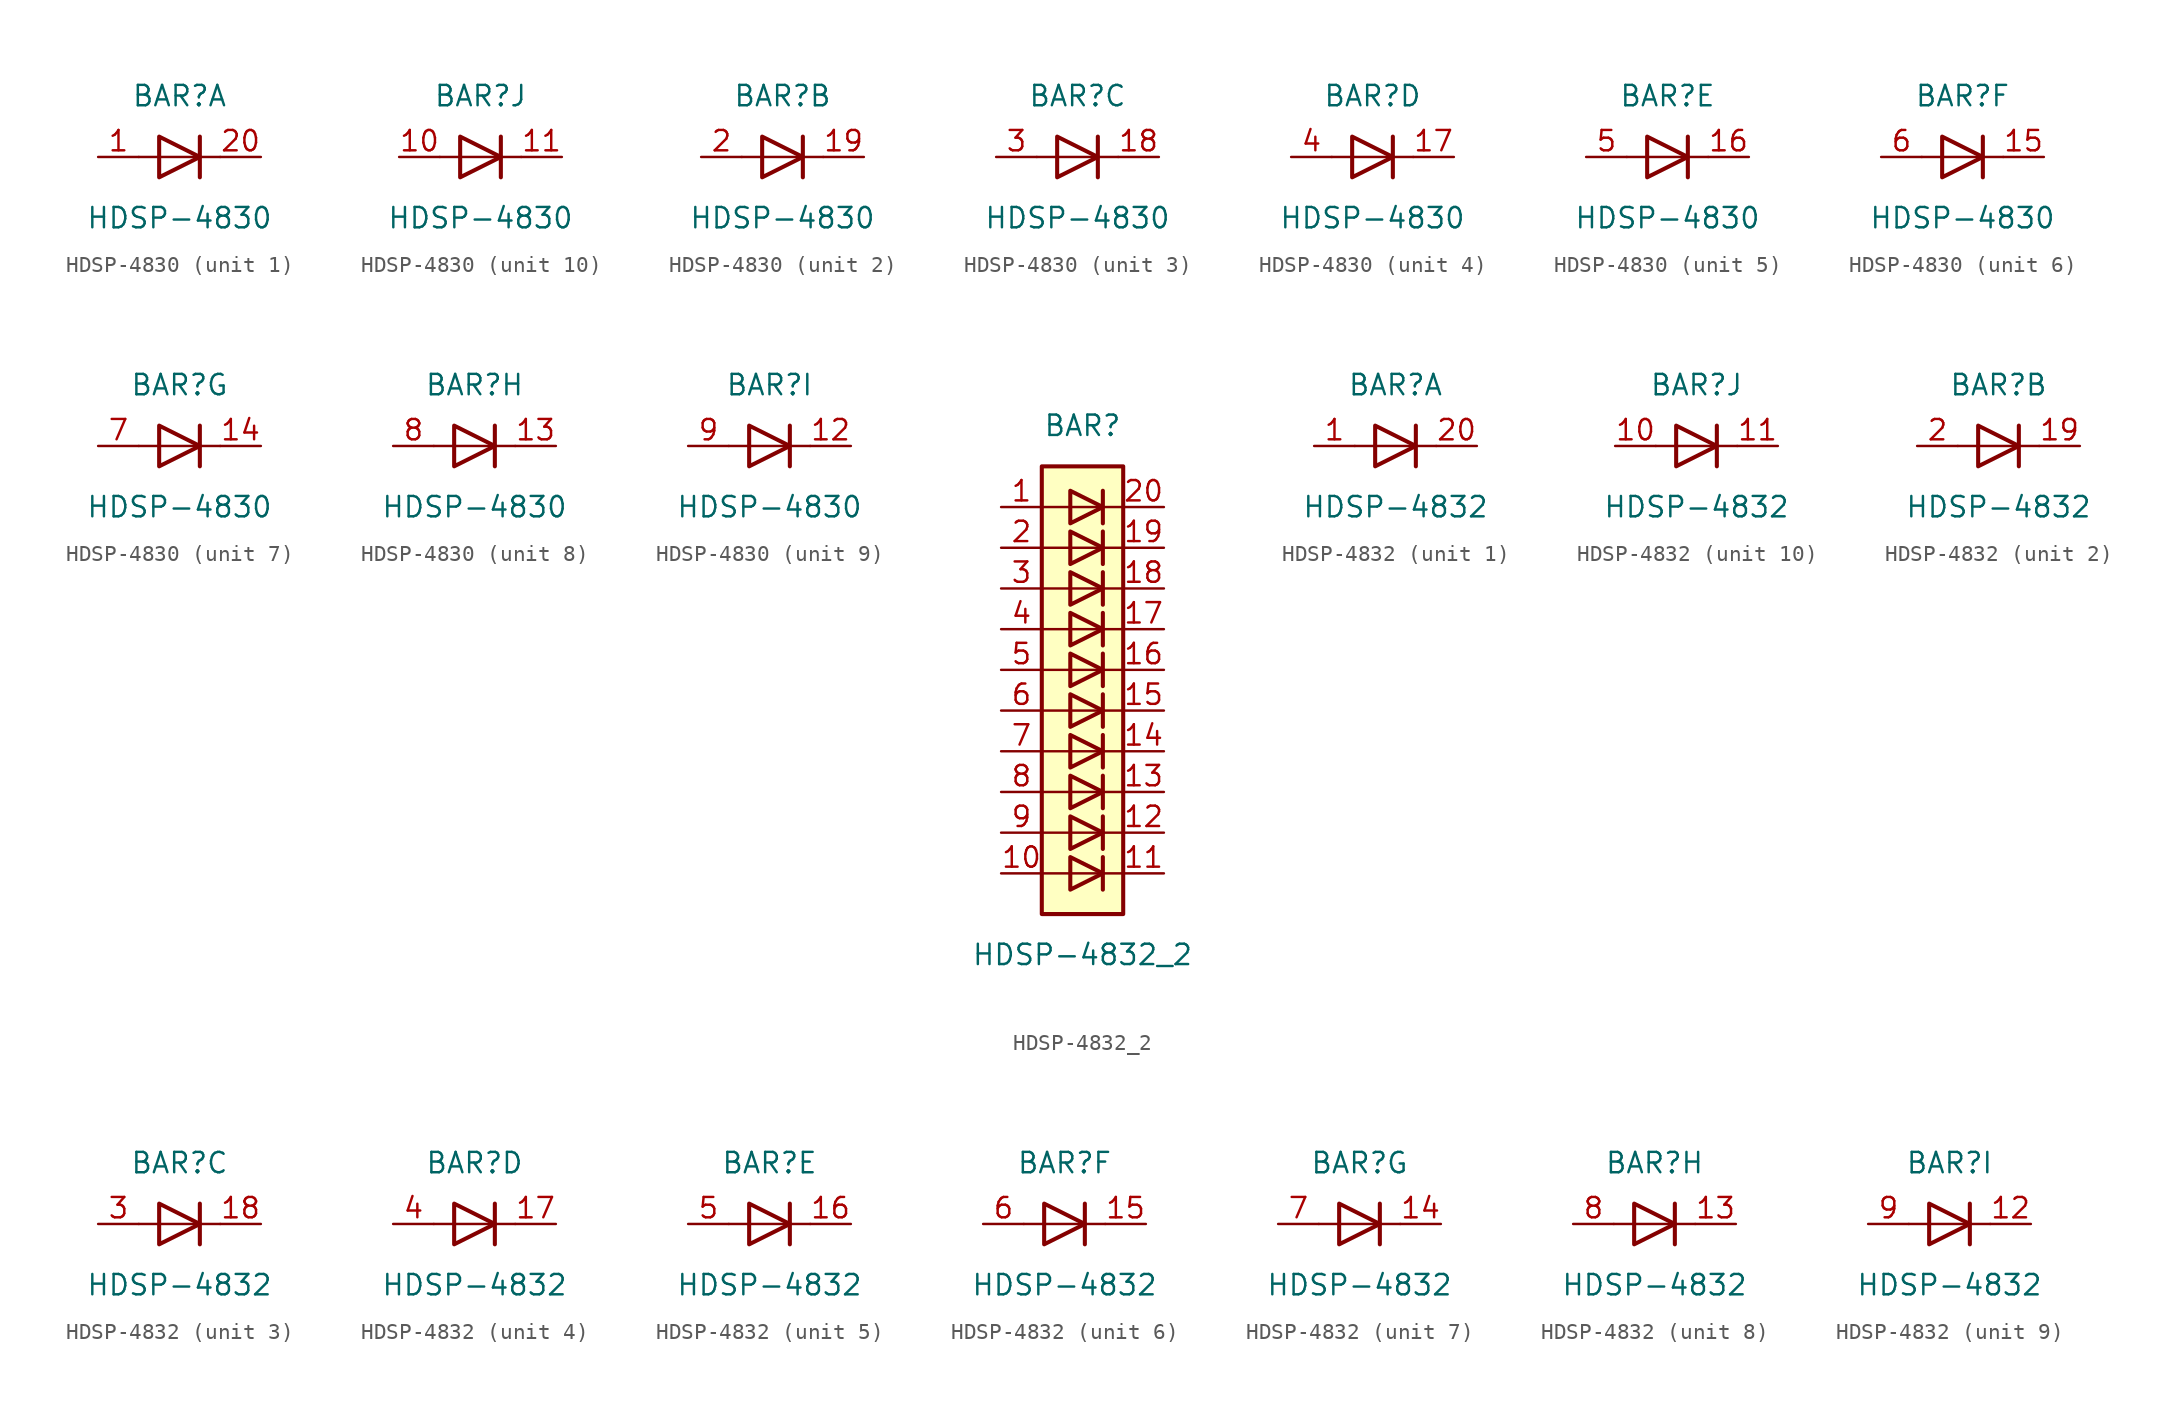
<source format=kicad_sym>
(kicad_symbol_lib
  (version 20220914)
  (generator kicad_symbol_editor)
  (symbol "HDSP-4830"
    (pin_names
      (offset 1.016) hide)
    (property "Reference" "BAR"
      (at 0 3.81 0)
      (effects (font (size 1.27 1.27))))
    (property "Value" "HDSP-4830"
      (at 0 -3.81 0)
      (effects (font (size 1.27 1.27))))
    (symbol "HDSP-4830_0_1"
      (polyline (pts (xy -2.54 0) (xy 2.54 0)) (stroke (width 0) (type solid)) (fill (type none)))
      (polyline (pts (xy 1.27 -1.27) (xy 1.27 1.27)) (stroke (width 0.254) (type solid)) (fill (type none)))
      (polyline (pts (xy -1.27 1.27) (xy -1.27 -1.27) (xy 1.27 0) (xy -1.27 1.27)) (stroke (width 0.254) (type solid)) (fill (type none))))
    (symbol "HDSP-4830_1_1"
      (pin passive line (at -5.08 0 0) (length 2.54) (name "A" (effects (font (size 1.27 1.27)))) (number "1" (effects (font (size 1.27 1.27)))))
      (pin passive line (at 5.08 0 180) (length 2.54) (name "K" (effects (font (size 1.27 1.27)))) (number "20" (effects (font (size 1.27 1.27))))))
    (symbol "HDSP-4830_2_1"
      (pin passive line (at 5.08 0 180) (length 2.54) (name "K" (effects (font (size 1.27 1.27)))) (number "19" (effects (font (size 1.27 1.27)))))
      (pin passive line (at -5.08 0 0) (length 2.54) (name "A" (effects (font (size 1.27 1.27)))) (number "2" (effects (font (size 1.27 1.27))))))
    (symbol "HDSP-4830_3_1"
      (pin passive line (at 5.08 0 180) (length 2.54) (name "K" (effects (font (size 1.27 1.27)))) (number "18" (effects (font (size 1.27 1.27)))))
      (pin passive line (at -5.08 0 0) (length 2.54) (name "A" (effects (font (size 1.27 1.27)))) (number "3" (effects (font (size 1.27 1.27))))))
    (symbol "HDSP-4830_4_1"
      (pin passive line (at 5.08 0 180) (length 2.54) (name "K" (effects (font (size 1.27 1.27)))) (number "17" (effects (font (size 1.27 1.27)))))
      (pin passive line (at -5.08 0 0) (length 2.54) (name "A" (effects (font (size 1.27 1.27)))) (number "4" (effects (font (size 1.27 1.27))))))
    (symbol "HDSP-4830_5_1"
      (pin passive line (at 5.08 0 180) (length 2.54) (name "K" (effects (font (size 1.27 1.27)))) (number "16" (effects (font (size 1.27 1.27)))))
      (pin passive line (at -5.08 0 0) (length 2.54) (name "A" (effects (font (size 1.27 1.27)))) (number "5" (effects (font (size 1.27 1.27))))))
    (symbol "HDSP-4830_6_1"
      (pin passive line (at 5.08 0 180) (length 2.54) (name "K" (effects (font (size 1.27 1.27)))) (number "15" (effects (font (size 1.27 1.27)))))
      (pin passive line (at -5.08 0 0) (length 2.54) (name "A" (effects (font (size 1.27 1.27)))) (number "6" (effects (font (size 1.27 1.27))))))
    (symbol "HDSP-4830_7_1"
      (pin passive line (at 5.08 0 180) (length 2.54) (name "K" (effects (font (size 1.27 1.27)))) (number "14" (effects (font (size 1.27 1.27)))))
      (pin passive line (at -5.08 0 0) (length 2.54) (name "A" (effects (font (size 1.27 1.27)))) (number "7" (effects (font (size 1.27 1.27))))))
    (symbol "HDSP-4830_8_1"
      (pin passive line (at 5.08 0 180) (length 2.54) (name "K" (effects (font (size 1.27 1.27)))) (number "13" (effects (font (size 1.27 1.27)))))
      (pin passive line (at -5.08 0 0) (length 2.54) (name "A" (effects (font (size 1.27 1.27)))) (number "8" (effects (font (size 1.27 1.27))))))
    (symbol "HDSP-4830_9_1"
      (pin passive line (at 5.08 0 180) (length 2.54) (name "K" (effects (font (size 1.27 1.27)))) (number "12" (effects (font (size 1.27 1.27)))))
      (pin passive line (at -5.08 0 0) (length 2.54) (name "A" (effects (font (size 1.27 1.27)))) (number "9" (effects (font (size 1.27 1.27))))))
    (symbol "HDSP-4830_10_1"
      (pin passive line (at -5.08 0 0) (length 2.54) (name "A" (effects (font (size 1.27 1.27)))) (number "10" (effects (font (size 1.27 1.27)))))
      (pin passive line (at 5.08 0 180) (length 2.54) (name "K" (effects (font (size 1.27 1.27)))) (number "11" (effects (font (size 1.27 1.27)))))))
  (symbol "HDSP-4832_2"
    (pin_names
      (offset 1.016) hide)
    (property "Reference" "BAR"
      (at 0 15.24 0)
      (effects (font (size 1.27 1.27))))
    (property "Value" "HDSP-4832_2"
      (at 0 -17.78 0)
      (effects (font (size 1.27 1.27))))
    (symbol "HDSP-4832_2_0_1"
      (rectangle (start -2.54 12.7) (end 2.54 -15.24) (stroke (width 0.254) (type solid)) (fill (type background)))
      (polyline (pts (xy -2.54 -12.7) (xy 2.54 -12.7)) (stroke (width 0) (type solid)) (fill (type none)))
      (polyline (pts (xy -2.54 -10.16) (xy 2.54 -10.16)) (stroke (width 0) (type solid)) (fill (type none)))
      (polyline (pts (xy -2.54 -7.62) (xy 2.54 -7.62)) (stroke (width 0) (type solid)) (fill (type none)))
      (polyline (pts (xy -2.54 -5.08) (xy 2.54 -5.08)) (stroke (width 0) (type solid)) (fill (type none)))
      (polyline (pts (xy -2.54 0) (xy 2.54 0)) (stroke (width 0) (type solid)) (fill (type none)))
      (polyline (pts (xy -2.54 5.08) (xy 2.54 5.08)) (stroke (width 0) (type solid)) (fill (type none)))
      (polyline (pts (xy -2.54 7.62) (xy 2.54 7.62)) (stroke (width 0) (type solid)) (fill (type none)))
      (polyline (pts (xy -2.54 10.16) (xy 2.54 10.16)) (stroke (width 0) (type solid)) (fill (type none)))
      (polyline (pts (xy 1.27 -11.684) (xy 1.27 -13.716)) (stroke (width 0.254) (type solid)) (fill (type none)))
      (polyline (pts (xy 1.27 -9.144) (xy 1.27 -11.176)) (stroke (width 0.254) (type solid)) (fill (type none)))
      (polyline (pts (xy 1.27 -6.604) (xy 1.27 -8.636)) (stroke (width 0.254) (type solid)) (fill (type none)))
      (polyline (pts (xy 1.27 -4.064) (xy 1.27 -6.096)) (stroke (width 0.254) (type solid)) (fill (type none)))
      (polyline (pts (xy 1.27 -1.524) (xy 1.27 -3.556)) (stroke (width 0.254) (type solid)) (fill (type none)))
      (polyline (pts (xy 1.27 1.016) (xy 1.27 -1.016)) (stroke (width 0.254) (type solid)) (fill (type none)))
      (polyline (pts (xy 1.27 3.556) (xy 1.27 1.524)) (stroke (width 0.254) (type solid)) (fill (type none)))
      (polyline (pts (xy 1.27 6.096) (xy 1.27 4.064)) (stroke (width 0.254) (type solid)) (fill (type none)))
      (polyline (pts (xy 1.27 8.636) (xy 1.27 6.604)) (stroke (width 0.254) (type solid)) (fill (type none)))
      (polyline (pts (xy 1.27 11.176) (xy 1.27 9.144)) (stroke (width 0.254) (type solid)) (fill (type none)))
      (polyline (pts (xy 2.54 -2.54) (xy -2.54 -2.54)) (stroke (width 0) (type solid)) (fill (type none)))
      (polyline (pts (xy 2.54 2.54) (xy -2.54 2.54)) (stroke (width 0) (type solid)) (fill (type none)))
      (polyline (pts (xy -0.762 -11.684) (xy -0.762 -13.716) (xy 1.27 -12.7) (xy -0.762 -11.684)) (stroke (width 0.254) (type solid)) (fill (type none)))
      (polyline (pts (xy -0.762 -9.144) (xy -0.762 -11.176) (xy 1.27 -10.16) (xy -0.762 -9.144)) (stroke (width 0.254) (type solid)) (fill (type none)))
      (polyline (pts (xy -0.762 -6.604) (xy -0.762 -8.636) (xy 1.27 -7.62) (xy -0.762 -6.604)) (stroke (width 0.254) (type solid)) (fill (type none)))
      (polyline (pts (xy -0.762 -4.064) (xy -0.762 -6.096) (xy 1.27 -5.08) (xy -0.762 -4.064)) (stroke (width 0.254) (type solid)) (fill (type none)))
      (polyline (pts (xy -0.762 -1.524) (xy -0.762 -3.556) (xy 1.27 -2.54) (xy -0.762 -1.524)) (stroke (width 0.254) (type solid)) (fill (type none)))
      (polyline (pts (xy -0.762 1.016) (xy -0.762 -1.016) (xy 1.27 0) (xy -0.762 1.016)) (stroke (width 0.254) (type solid)) (fill (type none)))
      (polyline (pts (xy -0.762 3.556) (xy -0.762 1.524) (xy 1.27 2.54) (xy -0.762 3.556)) (stroke (width 0.254) (type solid)) (fill (type none)))
      (polyline (pts (xy -0.762 6.096) (xy -0.762 4.064) (xy 1.27 5.08) (xy -0.762 6.096)) (stroke (width 0.254) (type solid)) (fill (type none)))
      (polyline (pts (xy -0.762 8.636) (xy -0.762 6.604) (xy 1.27 7.62) (xy -0.762 8.636)) (stroke (width 0.254) (type solid)) (fill (type none)))
      (polyline (pts (xy -0.762 11.176) (xy -0.762 9.144) (xy 1.27 10.16) (xy -0.762 11.176)) (stroke (width 0.254) (type solid)) (fill (type none))))
    (symbol "HDSP-4832_2_1_1"
      (pin passive line (at -5.08 10.16 0) (length 2.54) (name "A" (effects (font (size 1.27 1.27)))) (number "1" (effects (font (size 1.27 1.27)))))
      (pin passive line (at -5.08 -12.7 0) (length 2.54) (name "A" (effects (font (size 1.27 1.27)))) (number "10" (effects (font (size 1.27 1.27)))))
      (pin passive line (at 5.08 -12.7 180) (length 2.54) (name "K" (effects (font (size 1.27 1.27)))) (number "11" (effects (font (size 1.27 1.27)))))
      (pin passive line (at 5.08 -10.16 180) (length 2.54) (name "K" (effects (font (size 1.27 1.27)))) (number "12" (effects (font (size 1.27 1.27)))))
      (pin passive line (at 5.08 -7.62 180) (length 2.54) (name "K" (effects (font (size 1.27 1.27)))) (number "13" (effects (font (size 1.27 1.27)))))
      (pin passive line (at 5.08 -5.08 180) (length 2.54) (name "K" (effects (font (size 1.27 1.27)))) (number "14" (effects (font (size 1.27 1.27)))))
      (pin passive line (at 5.08 -2.54 180) (length 2.54) (name "K" (effects (font (size 1.27 1.27)))) (number "15" (effects (font (size 1.27 1.27)))))
      (pin passive line (at 5.08 0 180) (length 2.54) (name "K" (effects (font (size 1.27 1.27)))) (number "16" (effects (font (size 1.27 1.27)))))
      (pin passive line (at 5.08 2.54 180) (length 2.54) (name "K" (effects (font (size 1.27 1.27)))) (number "17" (effects (font (size 1.27 1.27)))))
      (pin passive line (at 5.08 5.08 180) (length 2.54) (name "K" (effects (font (size 1.27 1.27)))) (number "18" (effects (font (size 1.27 1.27)))))
      (pin passive line (at 5.08 7.62 180) (length 2.54) (name "K" (effects (font (size 1.27 1.27)))) (number "19" (effects (font (size 1.27 1.27)))))
      (pin passive line (at -5.08 7.62 0) (length 2.54) (name "A" (effects (font (size 1.27 1.27)))) (number "2" (effects (font (size 1.27 1.27)))))
      (pin passive line (at 5.08 10.16 180) (length 2.54) (name "K" (effects (font (size 1.27 1.27)))) (number "20" (effects (font (size 1.27 1.27)))))
      (pin passive line (at -5.08 5.08 0) (length 2.54) (name "A" (effects (font (size 1.27 1.27)))) (number "3" (effects (font (size 1.27 1.27)))))
      (pin passive line (at -5.08 2.54 0) (length 2.54) (name "A" (effects (font (size 1.27 1.27)))) (number "4" (effects (font (size 1.27 1.27)))))
      (pin passive line (at -5.08 0 0) (length 2.54) (name "A" (effects (font (size 1.27 1.27)))) (number "5" (effects (font (size 1.27 1.27)))))
      (pin passive line (at -5.08 -2.54 0) (length 2.54) (name "A" (effects (font (size 1.27 1.27)))) (number "6" (effects (font (size 1.27 1.27)))))
      (pin passive line (at -5.08 -5.08 0) (length 2.54) (name "A" (effects (font (size 1.27 1.27)))) (number "7" (effects (font (size 1.27 1.27)))))
      (pin passive line (at -5.08 -7.62 0) (length 2.54) (name "A" (effects (font (size 1.27 1.27)))) (number "8" (effects (font (size 1.27 1.27)))))
      (pin passive line (at -5.08 -10.16 0) (length 2.54) (name "A" (effects (font (size 1.27 1.27)))) (number "9" (effects (font (size 1.27 1.27)))))))
  (symbol "HDSP-4832"
    (pin_names
      (offset 1.016) hide)
    (property "Reference" "BAR"
      (at 0 3.81 0)
      (effects (font (size 1.27 1.27))))
    (property "Value" "HDSP-4832"
      (at 0 -3.81 0)
      (effects (font (size 1.27 1.27))))
    (symbol "HDSP-4832_0_1"
      (polyline (pts (xy -2.54 0) (xy 2.54 0)) (stroke (width 0) (type solid)) (fill (type none)))
      (polyline (pts (xy 1.27 -1.27) (xy 1.27 1.27)) (stroke (width 0.254) (type solid)) (fill (type none)))
      (polyline (pts (xy -1.27 1.27) (xy -1.27 -1.27) (xy 1.27 0) (xy -1.27 1.27)) (stroke (width 0.254) (type solid)) (fill (type none))))
    (symbol "HDSP-4832_1_1"
      (pin passive line (at -5.08 0 0) (length 2.54) (name "A" (effects (font (size 1.27 1.27)))) (number "1" (effects (font (size 1.27 1.27)))))
      (pin passive line (at 5.08 0 180) (length 2.54) (name "K" (effects (font (size 1.27 1.27)))) (number "20" (effects (font (size 1.27 1.27))))))
    (symbol "HDSP-4832_2_1"
      (pin passive line (at 5.08 0 180) (length 2.54) (name "K" (effects (font (size 1.27 1.27)))) (number "19" (effects (font (size 1.27 1.27)))))
      (pin passive line (at -5.08 0 0) (length 2.54) (name "A" (effects (font (size 1.27 1.27)))) (number "2" (effects (font (size 1.27 1.27))))))
    (symbol "HDSP-4832_3_1"
      (pin passive line (at 5.08 0 180) (length 2.54) (name "K" (effects (font (size 1.27 1.27)))) (number "18" (effects (font (size 1.27 1.27)))))
      (pin passive line (at -5.08 0 0) (length 2.54) (name "A" (effects (font (size 1.27 1.27)))) (number "3" (effects (font (size 1.27 1.27))))))
    (symbol "HDSP-4832_4_1"
      (pin passive line (at 5.08 0 180) (length 2.54) (name "K" (effects (font (size 1.27 1.27)))) (number "17" (effects (font (size 1.27 1.27)))))
      (pin passive line (at -5.08 0 0) (length 2.54) (name "A" (effects (font (size 1.27 1.27)))) (number "4" (effects (font (size 1.27 1.27))))))
    (symbol "HDSP-4832_5_1"
      (pin passive line (at 5.08 0 180) (length 2.54) (name "K" (effects (font (size 1.27 1.27)))) (number "16" (effects (font (size 1.27 1.27)))))
      (pin passive line (at -5.08 0 0) (length 2.54) (name "A" (effects (font (size 1.27 1.27)))) (number "5" (effects (font (size 1.27 1.27))))))
    (symbol "HDSP-4832_6_1"
      (pin passive line (at 5.08 0 180) (length 2.54) (name "K" (effects (font (size 1.27 1.27)))) (number "15" (effects (font (size 1.27 1.27)))))
      (pin passive line (at -5.08 0 0) (length 2.54) (name "A" (effects (font (size 1.27 1.27)))) (number "6" (effects (font (size 1.27 1.27))))))
    (symbol "HDSP-4832_7_1"
      (pin passive line (at 5.08 0 180) (length 2.54) (name "K" (effects (font (size 1.27 1.27)))) (number "14" (effects (font (size 1.27 1.27)))))
      (pin passive line (at -5.08 0 0) (length 2.54) (name "A" (effects (font (size 1.27 1.27)))) (number "7" (effects (font (size 1.27 1.27))))))
    (symbol "HDSP-4832_8_1"
      (pin passive line (at 5.08 0 180) (length 2.54) (name "K" (effects (font (size 1.27 1.27)))) (number "13" (effects (font (size 1.27 1.27)))))
      (pin passive line (at -5.08 0 0) (length 2.54) (name "A" (effects (font (size 1.27 1.27)))) (number "8" (effects (font (size 1.27 1.27))))))
    (symbol "HDSP-4832_9_1"
      (pin passive line (at 5.08 0 180) (length 2.54) (name "K" (effects (font (size 1.27 1.27)))) (number "12" (effects (font (size 1.27 1.27)))))
      (pin passive line (at -5.08 0 0) (length 2.54) (name "A" (effects (font (size 1.27 1.27)))) (number "9" (effects (font (size 1.27 1.27))))))
    (symbol "HDSP-4832_10_1"
      (pin passive line (at -5.08 0 0) (length 2.54) (name "A" (effects (font (size 1.27 1.27)))) (number "10" (effects (font (size 1.27 1.27)))))
      (pin passive line (at 5.08 0 180) (length 2.54) (name "K" (effects (font (size 1.27 1.27)))) (number "11" (effects (font (size 1.27 1.27))))))))
</source>
